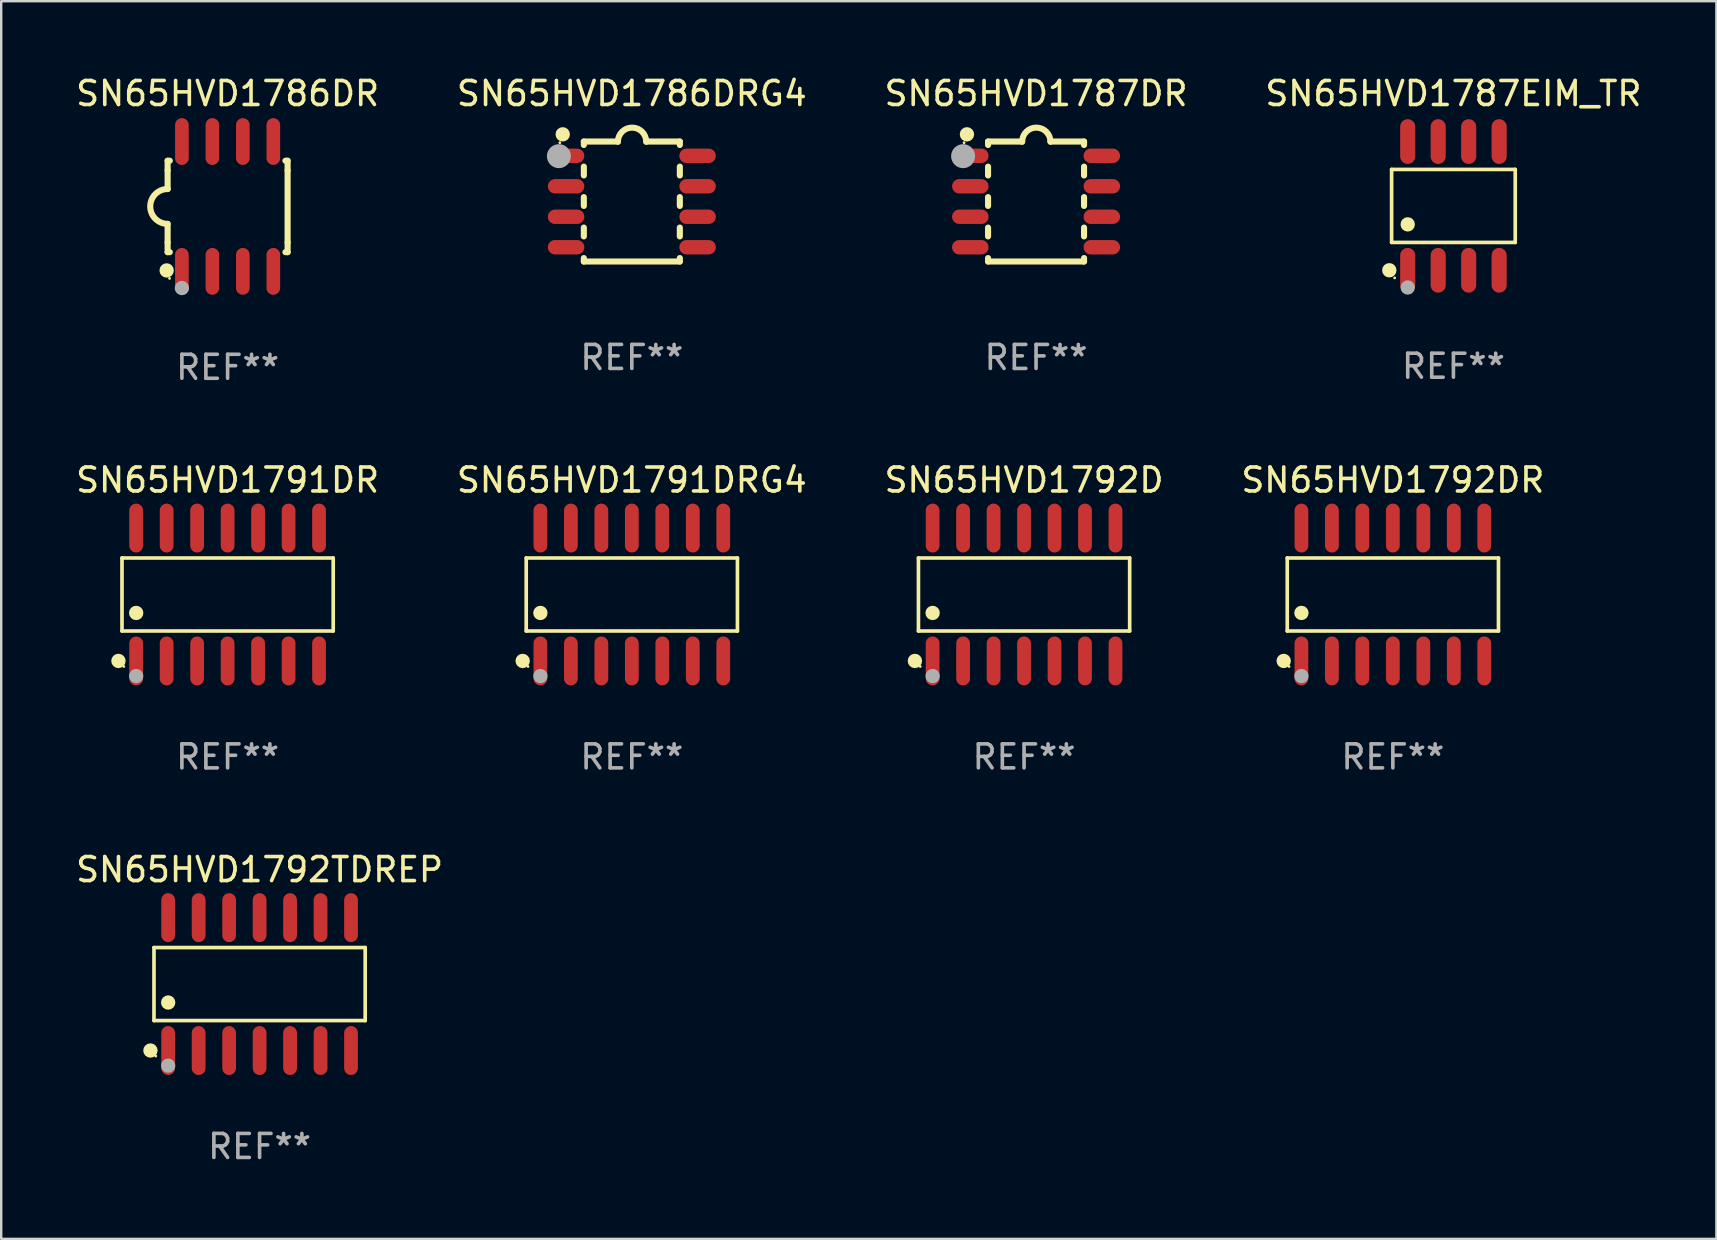
<source format=kicad_pcb>
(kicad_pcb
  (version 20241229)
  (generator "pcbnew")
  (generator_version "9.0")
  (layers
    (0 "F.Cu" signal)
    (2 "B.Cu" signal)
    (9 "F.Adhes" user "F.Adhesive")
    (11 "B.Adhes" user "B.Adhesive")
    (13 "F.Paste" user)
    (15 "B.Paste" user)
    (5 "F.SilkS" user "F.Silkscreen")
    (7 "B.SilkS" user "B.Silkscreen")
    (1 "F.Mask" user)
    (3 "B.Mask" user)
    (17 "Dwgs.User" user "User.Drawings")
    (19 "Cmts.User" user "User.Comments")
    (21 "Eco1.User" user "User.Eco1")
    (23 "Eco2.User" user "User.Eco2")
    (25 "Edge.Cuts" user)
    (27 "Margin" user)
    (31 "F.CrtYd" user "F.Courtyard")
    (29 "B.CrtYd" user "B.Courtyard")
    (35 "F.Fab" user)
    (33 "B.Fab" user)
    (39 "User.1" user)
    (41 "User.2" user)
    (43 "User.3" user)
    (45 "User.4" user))
  (footprint "SN65HVD1787EIM_TR"
    (layer "F.Cu")
    (at 57.518 5.531)
    (property "Reference" "SN65HVD1787EIM_TR" (at 0 -4.682 0) (layer "F.SilkS") (effects (font (size 1 1) (thickness 0.15))))
    (attr through_hole)
    (fp_line (start -2.576 -1.521) (end 2.576 -1.521) (stroke (width 0.152) (type solid)) (layer "F.SilkS"))
    (fp_line (start -2.576 1.521) (end -2.576 -1.521) (stroke (width 0.152) (type solid)) (layer "F.SilkS"))
    (fp_line (start 2.576 -1.521) (end 2.576 1.521) (stroke (width 0.152) (type solid)) (layer "F.SilkS"))
    (fp_line (start 2.576 1.521) (end -2.576 1.521) (stroke (width 0.152) (type solid)) (layer "F.SilkS"))
    (fp_circle (center -2.672 2.682) (end -2.522 2.682) (stroke (width 0.3) (type solid)) (fill no) (layer "F.SilkS"))
    (fp_circle (center -2.45 3) (end -2.42 3) (stroke (width 0.06) (type solid)) (fill no) (layer "F.SilkS"))
    (fp_circle (center -1.905 0.769) (end -1.755 0.769) (stroke (width 0.3) (type solid)) (fill no) (layer "F.SilkS"))
    (fp_circle (center -1.905 3.4) (end -1.755 3.4) (stroke (width 0.3) (type solid)) (fill no) (layer "F.Fab"))
    (fp_text user "REF**" (at 0 6.682 0) (layer "F.Fab") (effects (font (size 1 1) (thickness 0.15))))
    (pad "1" smd oval (at -1.905 2.682) (size 0.63 1.865) (layers "F.Cu" "F.Mask" "F.Paste"))
    (pad "2" smd oval (at -0.635 2.682) (size 0.63 1.865) (layers "F.Cu" "F.Mask" "F.Paste"))
    (pad "3" smd oval (at 0.635 2.682) (size 0.63 1.865) (layers "F.Cu" "F.Mask" "F.Paste"))
    (pad "4" smd oval (at 1.905 2.682) (size 0.63 1.865) (layers "F.Cu" "F.Mask" "F.Paste"))
    (pad "5" smd oval (at 1.905 -2.682) (size 0.63 1.865) (layers "F.Cu" "F.Mask" "F.Paste"))
    (pad "6" smd oval (at 0.635 -2.682) (size 0.63 1.865) (layers "F.Cu" "F.Mask" "F.Paste"))
    (pad "7" smd oval (at -0.635 -2.682) (size 0.63 1.865) (layers "F.Cu" "F.Mask" "F.Paste"))
    (pad "8" smd oval (at -1.905 -2.682) (size 0.63 1.865) (layers "F.Cu" "F.Mask" "F.Paste")))
  (footprint "SN65HVD1786DR"
    (layer "F.Cu")
    (at 6.435 5.553)
    (property "Reference" "SN65HVD1786DR" (at 0 -4.705 0) (layer "F.SilkS") (effects (font (size 1 1) (thickness 0.15))))
    (attr through_hole)
    (fp_line (start -2.5 -1.905) (end -2.409 -1.905) (stroke (width 0.254) (type solid)) (layer "F.SilkS"))
    (fp_line (start -2.5 -1.5) (end -2.5 -1.905) (stroke (width 0.254) (type solid)) (layer "F.SilkS"))
    (fp_line (start -2.5 -1.5) (end -2.5 -0.726) (stroke (width 0.254) (type solid)) (layer "F.SilkS"))
    (fp_line (start -2.5 1.5) (end -2.5 0.727) (stroke (width 0.254) (type solid)) (layer "F.SilkS"))
    (fp_line (start -2.5 1.5) (end -2.5 1.905) (stroke (width 0.254) (type solid)) (layer "F.SilkS"))
    (fp_line (start -2.5 1.905) (end -2.409 1.905) (stroke (width 0.254) (type solid)) (layer "F.SilkS"))
    (fp_line (start 2.5 -1.905) (end 2.409 -1.905) (stroke (width 0.254) (type solid)) (layer "F.SilkS"))
    (fp_line (start 2.5 -1.5) (end 2.5 -1.905) (stroke (width 0.254) (type solid)) (layer "F.SilkS"))
    (fp_line (start 2.5 -1.5) (end 2.5 1.5) (stroke (width 0.254) (type solid)) (layer "F.SilkS"))
    (fp_line (start 2.5 1.5) (end 2.5 1.905) (stroke (width 0.254) (type solid)) (layer "F.SilkS"))
    (fp_line (start 2.5 1.905) (end 2.409 1.905) (stroke (width 0.254) (type solid)) (layer "F.SilkS"))
    (fp_arc (start -2.5 0.726568) (mid -3.220316 -0.0023) (end -2.495097 -0.726289) (stroke (width 0.254001) (type solid)) (layer "F.SilkS"))
    (fp_circle (center -2.54 2.667) (end -2.39 2.667) (stroke (width 0.3) (type solid)) (fill no) (layer "F.SilkS"))
    (fp_circle (center -2.42 3) (end -2.39 3) (stroke (width 0.06) (type solid)) (fill no) (layer "F.SilkS"))
    (fp_circle (center -1.905 3.4) (end -1.755 3.4) (stroke (width 0.3) (type solid)) (fill no) (layer "F.Fab"))
    (fp_text user "REF**" (at 0 6.705 0) (layer "F.Fab") (effects (font (size 1 1) (thickness 0.15))))
    (pad "1" smd oval (at -1.905 2.705) (size 0.568 1.95) (layers "F.Cu" "F.Mask" "F.Paste"))
    (pad "2" smd oval (at -0.635 2.705) (size 0.568 1.95) (layers "F.Cu" "F.Mask" "F.Paste"))
    (pad "3" smd oval (at 0.635 2.705) (size 0.568 1.95) (layers "F.Cu" "F.Mask" "F.Paste"))
    (pad "4" smd oval (at 1.905 2.705) (size 0.568 1.95) (layers "F.Cu" "F.Mask" "F.Paste"))
    (pad "5" smd oval (at 1.905 -2.705) (size 0.568 1.95) (layers "F.Cu" "F.Mask" "F.Paste"))
    (pad "6" smd oval (at 0.635 -2.705) (size 0.568 1.95) (layers "F.Cu" "F.Mask" "F.Paste"))
    (pad "7" smd oval (at -0.635 -2.705) (size 0.568 1.95) (layers "F.Cu" "F.Mask" "F.Paste"))
    (pad "8" smd oval (at -1.905 -2.705) (size 0.568 1.95) (layers "F.Cu" "F.Mask" "F.Paste")))
  (footprint "SN65HVD1791DR"
    (layer "F.Cu")
    (at 6.435 21.724)
    (property "Reference" "SN65HVD1791DR" (at 0 -4.769 0) (layer "F.SilkS") (effects (font (size 1 1) (thickness 0.15))))
    (attr through_hole)
    (fp_line (start -4.401 -1.521) (end 4.401 -1.521) (stroke (width 0.152) (type solid)) (layer "F.SilkS"))
    (fp_line (start -4.401 1.521) (end -4.401 -1.521) (stroke (width 0.152) (type solid)) (layer "F.SilkS"))
    (fp_line (start 4.401 -1.521) (end 4.401 1.521) (stroke (width 0.152) (type solid)) (layer "F.SilkS"))
    (fp_line (start 4.401 1.521) (end -4.401 1.521) (stroke (width 0.152) (type solid)) (layer "F.SilkS"))
    (fp_circle (center -4.549 2.769) (end -4.399 2.769) (stroke (width 0.3) (type solid)) (fill no) (layer "F.SilkS"))
    (fp_circle (center -4.325 3) (end -4.295 3) (stroke (width 0.06) (type solid)) (fill no) (layer "F.SilkS"))
    (fp_circle (center -3.81 0.769) (end -3.66 0.769) (stroke (width 0.3) (type solid)) (fill no) (layer "F.SilkS"))
    (fp_circle (center -3.81 3.4) (end -3.66 3.4) (stroke (width 0.3) (type solid)) (fill no) (layer "F.Fab"))
    (fp_text user "REF**" (at 0 6.769 0) (layer "F.Fab") (effects (font (size 1 1) (thickness 0.15))))
    (pad "1" smd oval (at -3.81 2.769) (size 0.574 2.038) (layers "F.Cu" "F.Mask" "F.Paste"))
    (pad "2" smd oval (at -2.54 2.769) (size 0.574 2.038) (layers "F.Cu" "F.Mask" "F.Paste"))
    (pad "3" smd oval (at -1.27 2.769) (size 0.574 2.038) (layers "F.Cu" "F.Mask" "F.Paste"))
    (pad "4" smd oval (at 0 2.769) (size 0.574 2.038) (layers "F.Cu" "F.Mask" "F.Paste"))
    (pad "5" smd oval (at 1.27 2.769) (size 0.574 2.038) (layers "F.Cu" "F.Mask" "F.Paste"))
    (pad "6" smd oval (at 2.54 2.769) (size 0.574 2.038) (layers "F.Cu" "F.Mask" "F.Paste"))
    (pad "7" smd oval (at 3.81 2.769) (size 0.574 2.038) (layers "F.Cu" "F.Mask" "F.Paste"))
    (pad "8" smd oval (at 3.81 -2.769) (size 0.574 2.038) (layers "F.Cu" "F.Mask" "F.Paste"))
    (pad "9" smd oval (at 2.54 -2.769) (size 0.574 2.038) (layers "F.Cu" "F.Mask" "F.Paste"))
    (pad "10" smd oval (at 1.27 -2.769) (size 0.574 2.038) (layers "F.Cu" "F.Mask" "F.Paste"))
    (pad "11" smd oval (at 0 -2.769) (size 0.574 2.038) (layers "F.Cu" "F.Mask" "F.Paste"))
    (pad "12" smd oval (at -1.27 -2.769) (size 0.574 2.038) (layers "F.Cu" "F.Mask" "F.Paste"))
    (pad "13" smd oval (at -2.54 -2.769) (size 0.574 2.038) (layers "F.Cu" "F.Mask" "F.Paste"))
    (pad "14" smd oval (at -3.81 -2.769) (size 0.574 2.038) (layers "F.Cu" "F.Mask" "F.Paste")))
  (footprint "SN65HVD1792D"
    (layer "F.Cu")
    (at 39.625 21.724)
    (property "Reference" "SN65HVD1792D" (at 0 -4.769 0) (layer "F.SilkS") (effects (font (size 1 1) (thickness 0.15))))
    (attr through_hole)
    (fp_line (start -4.401 -1.521) (end 4.401 -1.521) (stroke (width 0.152) (type solid)) (layer "F.SilkS"))
    (fp_line (start -4.401 1.521) (end -4.401 -1.521) (stroke (width 0.152) (type solid)) (layer "F.SilkS"))
    (fp_line (start 4.401 -1.521) (end 4.401 1.521) (stroke (width 0.152) (type solid)) (layer "F.SilkS"))
    (fp_line (start 4.401 1.521) (end -4.401 1.521) (stroke (width 0.152) (type solid)) (layer "F.SilkS"))
    (fp_circle (center -4.549 2.769) (end -4.399 2.769) (stroke (width 0.3) (type solid)) (fill no) (layer "F.SilkS"))
    (fp_circle (center -4.325 3) (end -4.295 3) (stroke (width 0.06) (type solid)) (fill no) (layer "F.SilkS"))
    (fp_circle (center -3.81 0.769) (end -3.66 0.769) (stroke (width 0.3) (type solid)) (fill no) (layer "F.SilkS"))
    (fp_circle (center -3.81 3.4) (end -3.66 3.4) (stroke (width 0.3) (type solid)) (fill no) (layer "F.Fab"))
    (fp_text user "REF**" (at 0 6.769 0) (layer "F.Fab") (effects (font (size 1 1) (thickness 0.15))))
    (pad "1" smd oval (at -3.81 2.769) (size 0.574 2.038) (layers "F.Cu" "F.Mask" "F.Paste"))
    (pad "2" smd oval (at -2.54 2.769) (size 0.574 2.038) (layers "F.Cu" "F.Mask" "F.Paste"))
    (pad "3" smd oval (at -1.27 2.769) (size 0.574 2.038) (layers "F.Cu" "F.Mask" "F.Paste"))
    (pad "4" smd oval (at 0 2.769) (size 0.574 2.038) (layers "F.Cu" "F.Mask" "F.Paste"))
    (pad "5" smd oval (at 1.27 2.769) (size 0.574 2.038) (layers "F.Cu" "F.Mask" "F.Paste"))
    (pad "6" smd oval (at 2.54 2.769) (size 0.574 2.038) (layers "F.Cu" "F.Mask" "F.Paste"))
    (pad "7" smd oval (at 3.81 2.769) (size 0.574 2.038) (layers "F.Cu" "F.Mask" "F.Paste"))
    (pad "8" smd oval (at 3.81 -2.769) (size 0.574 2.038) (layers "F.Cu" "F.Mask" "F.Paste"))
    (pad "9" smd oval (at 2.54 -2.769) (size 0.574 2.038) (layers "F.Cu" "F.Mask" "F.Paste"))
    (pad "10" smd oval (at 1.27 -2.769) (size 0.574 2.038) (layers "F.Cu" "F.Mask" "F.Paste"))
    (pad "11" smd oval (at 0 -2.769) (size 0.574 2.038) (layers "F.Cu" "F.Mask" "F.Paste"))
    (pad "12" smd oval (at -1.27 -2.769) (size 0.574 2.038) (layers "F.Cu" "F.Mask" "F.Paste"))
    (pad "13" smd oval (at -2.54 -2.769) (size 0.574 2.038) (layers "F.Cu" "F.Mask" "F.Paste"))
    (pad "14" smd oval (at -3.81 -2.769) (size 0.574 2.038) (layers "F.Cu" "F.Mask" "F.Paste")))
  (footprint "SN65HVD1792DR"
    (layer "F.Cu")
    (at 54.994 21.724)
    (property "Reference" "SN65HVD1792DR" (at 0 -4.769 0) (layer "F.SilkS") (effects (font (size 1 1) (thickness 0.15))))
    (attr through_hole)
    (fp_line (start -4.401 -1.521) (end 4.401 -1.521) (stroke (width 0.152) (type solid)) (layer "F.SilkS"))
    (fp_line (start -4.401 1.521) (end -4.401 -1.521) (stroke (width 0.152) (type solid)) (layer "F.SilkS"))
    (fp_line (start 4.401 -1.521) (end 4.401 1.521) (stroke (width 0.152) (type solid)) (layer "F.SilkS"))
    (fp_line (start 4.401 1.521) (end -4.401 1.521) (stroke (width 0.152) (type solid)) (layer "F.SilkS"))
    (fp_circle (center -4.549 2.769) (end -4.399 2.769) (stroke (width 0.3) (type solid)) (fill no) (layer "F.SilkS"))
    (fp_circle (center -4.325 3) (end -4.295 3) (stroke (width 0.06) (type solid)) (fill no) (layer "F.SilkS"))
    (fp_circle (center -3.81 0.769) (end -3.66 0.769) (stroke (width 0.3) (type solid)) (fill no) (layer "F.SilkS"))
    (fp_circle (center -3.81 3.4) (end -3.66 3.4) (stroke (width 0.3) (type solid)) (fill no) (layer "F.Fab"))
    (fp_text user "REF**" (at 0 6.769 0) (layer "F.Fab") (effects (font (size 1 1) (thickness 0.15))))
    (pad "1" smd oval (at -3.81 2.769) (size 0.574 2.038) (layers "F.Cu" "F.Mask" "F.Paste"))
    (pad "2" smd oval (at -2.54 2.769) (size 0.574 2.038) (layers "F.Cu" "F.Mask" "F.Paste"))
    (pad "3" smd oval (at -1.27 2.769) (size 0.574 2.038) (layers "F.Cu" "F.Mask" "F.Paste"))
    (pad "4" smd oval (at 0 2.769) (size 0.574 2.038) (layers "F.Cu" "F.Mask" "F.Paste"))
    (pad "5" smd oval (at 1.27 2.769) (size 0.574 2.038) (layers "F.Cu" "F.Mask" "F.Paste"))
    (pad "6" smd oval (at 2.54 2.769) (size 0.574 2.038) (layers "F.Cu" "F.Mask" "F.Paste"))
    (pad "7" smd oval (at 3.81 2.769) (size 0.574 2.038) (layers "F.Cu" "F.Mask" "F.Paste"))
    (pad "8" smd oval (at 3.81 -2.769) (size 0.574 2.038) (layers "F.Cu" "F.Mask" "F.Paste"))
    (pad "9" smd oval (at 2.54 -2.769) (size 0.574 2.038) (layers "F.Cu" "F.Mask" "F.Paste"))
    (pad "10" smd oval (at 1.27 -2.769) (size 0.574 2.038) (layers "F.Cu" "F.Mask" "F.Paste"))
    (pad "11" smd oval (at 0 -2.769) (size 0.574 2.038) (layers "F.Cu" "F.Mask" "F.Paste"))
    (pad "12" smd oval (at -1.27 -2.769) (size 0.574 2.038) (layers "F.Cu" "F.Mask" "F.Paste"))
    (pad "13" smd oval (at -2.54 -2.769) (size 0.574 2.038) (layers "F.Cu" "F.Mask" "F.Paste"))
    (pad "14" smd oval (at -3.81 -2.769) (size 0.574 2.038) (layers "F.Cu" "F.Mask" "F.Paste")))
  (footprint "SN65HVD1786DRG4"
    (layer "F.Cu")
    (at 23.28 5.348)
    (property "Reference" "SN65HVD1786DRG4" (at 0 -4.5 0) (layer "F.SilkS") (effects (font (size 1 1) (thickness 0.15))))
    (attr through_hole)
    (fp_line (start -2 -2.5) (end -2 -2.356) (stroke (width 0.254) (type solid)) (layer "F.SilkS"))
    (fp_line (start -2 -1.454) (end -2 -1.086) (stroke (width 0.254) (type solid)) (layer "F.SilkS"))
    (fp_line (start -2 -0.184) (end -2 0.184) (stroke (width 0.254) (type solid)) (layer "F.SilkS"))
    (fp_line (start -2 1.086) (end -2 1.454) (stroke (width 0.254) (type solid)) (layer "F.SilkS"))
    (fp_line (start -2 2.356) (end -2 2.5) (stroke (width 0.254) (type solid)) (layer "F.SilkS"))
    (fp_line (start -0.58 -2.5) (end -2 -2.5) (stroke (width 0.254) (type solid)) (layer "F.SilkS"))
    (fp_line (start 2 -2.5) (end 0.6 -2.5) (stroke (width 0.254) (type solid)) (layer "F.SilkS"))
    (fp_line (start 2 -2.5) (end 2 -2.356) (stroke (width 0.254) (type solid)) (layer "F.SilkS"))
    (fp_line (start 2 -1.454) (end 2 -1.086) (stroke (width 0.254) (type solid)) (layer "F.SilkS"))
    (fp_line (start 2 -0.184) (end 2 0.184) (stroke (width 0.254) (type solid)) (layer "F.SilkS"))
    (fp_line (start 2 1.086) (end 2 1.454) (stroke (width 0.254) (type solid)) (layer "F.SilkS"))
    (fp_line (start 2 2.356) (end 2 2.5) (stroke (width 0.254) (type solid)) (layer "F.SilkS"))
    (fp_line (start 2 2.5) (end -2 2.5) (stroke (width 0.254) (type solid)) (layer "F.SilkS"))
    (fp_arc (start -0.579908 -2.489992) (mid 0.010097 -3.07831) (end 0.600102 -2.489992) (stroke (width 0.254001) (type solid)) (layer "F.SilkS"))
    (fp_circle (center -3 -2.45) (end -2.97 -2.45) (stroke (width 0.06) (type solid)) (fill no) (layer "F.SilkS"))
    (fp_circle (center -2.88 -2.8) (end -2.73 -2.8) (stroke (width 0.3) (type solid)) (fill no) (layer "F.SilkS"))
    (fp_circle (center -3.04 -1.89) (end -2.79 -1.89) (stroke (width 0.5) (type solid)) (fill no) (layer "F.Fab"))
    (fp_text user "REF**" (at 0 6.5 0) (layer "F.Fab") (effects (font (size 1 1) (thickness 0.15))))
    (pad "1" smd oval (at -2.74 -1.905 90) (size 0.6 1.52) (layers "F.Cu" "F.Mask" "F.Paste"))
    (pad "2" smd oval (at -2.74 -0.635 90) (size 0.6 1.52) (layers "F.Cu" "F.Mask" "F.Paste"))
    (pad "3" smd oval (at -2.74 0.635 90) (size 0.6 1.52) (layers "F.Cu" "F.Mask" "F.Paste"))
    (pad "4" smd oval (at -2.74 1.905 90) (size 0.6 1.52) (layers "F.Cu" "F.Mask" "F.Paste"))
    (pad "5" smd oval (at 2.74 1.905 90) (size 0.6 1.52) (layers "F.Cu" "F.Mask" "F.Paste"))
    (pad "6" smd oval (at 2.74 0.635 90) (size 0.6 1.52) (layers "F.Cu" "F.Mask" "F.Paste"))
    (pad "7" smd oval (at 2.74 -0.635 90) (size 0.6 1.52) (layers "F.Cu" "F.Mask" "F.Paste"))
    (pad "8" smd oval (at 2.74 -1.905 90) (size 0.6 1.52) (layers "F.Cu" "F.Mask" "F.Paste")))
  (footprint "SN65HVD1791DRG4"
    (layer "F.Cu")
    (at 23.28 21.724)
    (property "Reference" "SN65HVD1791DRG4" (at 0 -4.769 0) (layer "F.SilkS") (effects (font (size 1 1) (thickness 0.15))))
    (attr through_hole)
    (fp_line (start -4.401 -1.521) (end 4.401 -1.521) (stroke (width 0.152) (type solid)) (layer "F.SilkS"))
    (fp_line (start -4.401 1.521) (end -4.401 -1.521) (stroke (width 0.152) (type solid)) (layer "F.SilkS"))
    (fp_line (start 4.401 -1.521) (end 4.401 1.521) (stroke (width 0.152) (type solid)) (layer "F.SilkS"))
    (fp_line (start 4.401 1.521) (end -4.401 1.521) (stroke (width 0.152) (type solid)) (layer "F.SilkS"))
    (fp_circle (center -4.549 2.769) (end -4.399 2.769) (stroke (width 0.3) (type solid)) (fill no) (layer "F.SilkS"))
    (fp_circle (center -4.325 3) (end -4.295 3) (stroke (width 0.06) (type solid)) (fill no) (layer "F.SilkS"))
    (fp_circle (center -3.81 0.769) (end -3.66 0.769) (stroke (width 0.3) (type solid)) (fill no) (layer "F.SilkS"))
    (fp_circle (center -3.81 3.4) (end -3.66 3.4) (stroke (width 0.3) (type solid)) (fill no) (layer "F.Fab"))
    (fp_text user "REF**" (at 0 6.769 0) (layer "F.Fab") (effects (font (size 1 1) (thickness 0.15))))
    (pad "1" smd oval (at -3.81 2.769) (size 0.574 2.038) (layers "F.Cu" "F.Mask" "F.Paste"))
    (pad "2" smd oval (at -2.54 2.769) (size 0.574 2.038) (layers "F.Cu" "F.Mask" "F.Paste"))
    (pad "3" smd oval (at -1.27 2.769) (size 0.574 2.038) (layers "F.Cu" "F.Mask" "F.Paste"))
    (pad "4" smd oval (at 0 2.769) (size 0.574 2.038) (layers "F.Cu" "F.Mask" "F.Paste"))
    (pad "5" smd oval (at 1.27 2.769) (size 0.574 2.038) (layers "F.Cu" "F.Mask" "F.Paste"))
    (pad "6" smd oval (at 2.54 2.769) (size 0.574 2.038) (layers "F.Cu" "F.Mask" "F.Paste"))
    (pad "7" smd oval (at 3.81 2.769) (size 0.574 2.038) (layers "F.Cu" "F.Mask" "F.Paste"))
    (pad "8" smd oval (at 3.81 -2.769) (size 0.574 2.038) (layers "F.Cu" "F.Mask" "F.Paste"))
    (pad "9" smd oval (at 2.54 -2.769) (size 0.574 2.038) (layers "F.Cu" "F.Mask" "F.Paste"))
    (pad "10" smd oval (at 1.27 -2.769) (size 0.574 2.038) (layers "F.Cu" "F.Mask" "F.Paste"))
    (pad "11" smd oval (at 0 -2.769) (size 0.574 2.038) (layers "F.Cu" "F.Mask" "F.Paste"))
    (pad "12" smd oval (at -1.27 -2.769) (size 0.574 2.038) (layers "F.Cu" "F.Mask" "F.Paste"))
    (pad "13" smd oval (at -2.54 -2.769) (size 0.574 2.038) (layers "F.Cu" "F.Mask" "F.Paste"))
    (pad "14" smd oval (at -3.81 -2.769) (size 0.574 2.038) (layers "F.Cu" "F.Mask" "F.Paste")))
  (footprint "SN65HVD1787DR"
    (layer "F.Cu")
    (at 40.125 5.348)
    (property "Reference" "SN65HVD1787DR" (at 0 -4.5 0) (layer "F.SilkS") (effects (font (size 1 1) (thickness 0.15))))
    (attr through_hole)
    (fp_line (start -2 -2.5) (end -2 -2.356) (stroke (width 0.254) (type solid)) (layer "F.SilkS"))
    (fp_line (start -2 -1.454) (end -2 -1.086) (stroke (width 0.254) (type solid)) (layer "F.SilkS"))
    (fp_line (start -2 -0.184) (end -2 0.184) (stroke (width 0.254) (type solid)) (layer "F.SilkS"))
    (fp_line (start -2 1.086) (end -2 1.454) (stroke (width 0.254) (type solid)) (layer "F.SilkS"))
    (fp_line (start -2 2.356) (end -2 2.5) (stroke (width 0.254) (type solid)) (layer "F.SilkS"))
    (fp_line (start -0.58 -2.5) (end -2 -2.5) (stroke (width 0.254) (type solid)) (layer "F.SilkS"))
    (fp_line (start 2 -2.5) (end 0.6 -2.5) (stroke (width 0.254) (type solid)) (layer "F.SilkS"))
    (fp_line (start 2 -2.5) (end 2 -2.356) (stroke (width 0.254) (type solid)) (layer "F.SilkS"))
    (fp_line (start 2 -1.454) (end 2 -1.086) (stroke (width 0.254) (type solid)) (layer "F.SilkS"))
    (fp_line (start 2 -0.184) (end 2 0.184) (stroke (width 0.254) (type solid)) (layer "F.SilkS"))
    (fp_line (start 2 1.086) (end 2 1.454) (stroke (width 0.254) (type solid)) (layer "F.SilkS"))
    (fp_line (start 2 2.356) (end 2 2.5) (stroke (width 0.254) (type solid)) (layer "F.SilkS"))
    (fp_line (start 2 2.5) (end -2 2.5) (stroke (width 0.254) (type solid)) (layer "F.SilkS"))
    (fp_arc (start -0.579908 -2.489992) (mid 0.010097 -3.07831) (end 0.600102 -2.489992) (stroke (width 0.254001) (type solid)) (layer "F.SilkS"))
    (fp_circle (center -3 -2.45) (end -2.97 -2.45) (stroke (width 0.06) (type solid)) (fill no) (layer "F.SilkS"))
    (fp_circle (center -2.88 -2.8) (end -2.73 -2.8) (stroke (width 0.3) (type solid)) (fill no) (layer "F.SilkS"))
    (fp_circle (center -3.04 -1.89) (end -2.79 -1.89) (stroke (width 0.5) (type solid)) (fill no) (layer "F.Fab"))
    (fp_text user "REF**" (at 0 6.5 0) (layer "F.Fab") (effects (font (size 1 1) (thickness 0.15))))
    (pad "1" smd oval (at -2.74 -1.905 90) (size 0.6 1.52) (layers "F.Cu" "F.Mask" "F.Paste"))
    (pad "2" smd oval (at -2.74 -0.635 90) (size 0.6 1.52) (layers "F.Cu" "F.Mask" "F.Paste"))
    (pad "3" smd oval (at -2.74 0.635 90) (size 0.6 1.52) (layers "F.Cu" "F.Mask" "F.Paste"))
    (pad "4" smd oval (at -2.74 1.905 90) (size 0.6 1.52) (layers "F.Cu" "F.Mask" "F.Paste"))
    (pad "5" smd oval (at 2.74 1.905 90) (size 0.6 1.52) (layers "F.Cu" "F.Mask" "F.Paste"))
    (pad "6" smd oval (at 2.74 0.635 90) (size 0.6 1.52) (layers "F.Cu" "F.Mask" "F.Paste"))
    (pad "7" smd oval (at 2.74 -0.635 90) (size 0.6 1.52) (layers "F.Cu" "F.Mask" "F.Paste"))
    (pad "8" smd oval (at 2.74 -1.905 90) (size 0.6 1.52) (layers "F.Cu" "F.Mask" "F.Paste")))
  (footprint "SN65HVD1792TDREP"
    (layer "F.Cu")
    (at 7.768 37.959)
    (property "Reference" "SN65HVD1792TDREP" (at 0 -4.769 0) (layer "F.SilkS") (effects (font (size 1 1) (thickness 0.15))))
    (attr through_hole)
    (fp_line (start -4.401 -1.521) (end 4.401 -1.521) (stroke (width 0.152) (type solid)) (layer "F.SilkS"))
    (fp_line (start -4.401 1.521) (end -4.401 -1.521) (stroke (width 0.152) (type solid)) (layer "F.SilkS"))
    (fp_line (start 4.401 -1.521) (end 4.401 1.521) (stroke (width 0.152) (type solid)) (layer "F.SilkS"))
    (fp_line (start 4.401 1.521) (end -4.401 1.521) (stroke (width 0.152) (type solid)) (layer "F.SilkS"))
    (fp_circle (center -4.549 2.769) (end -4.399 2.769) (stroke (width 0.3) (type solid)) (fill no) (layer "F.SilkS"))
    (fp_circle (center -4.325 3) (end -4.295 3) (stroke (width 0.06) (type solid)) (fill no) (layer "F.SilkS"))
    (fp_circle (center -3.81 0.769) (end -3.66 0.769) (stroke (width 0.3) (type solid)) (fill no) (layer "F.SilkS"))
    (fp_circle (center -3.81 3.4) (end -3.66 3.4) (stroke (width 0.3) (type solid)) (fill no) (layer "F.Fab"))
    (fp_text user "REF**" (at 0 6.769 0) (layer "F.Fab") (effects (font (size 1 1) (thickness 0.15))))
    (pad "1" smd oval (at -3.81 2.769) (size 0.574 2.038) (layers "F.Cu" "F.Mask" "F.Paste"))
    (pad "2" smd oval (at -2.54 2.769) (size 0.574 2.038) (layers "F.Cu" "F.Mask" "F.Paste"))
    (pad "3" smd oval (at -1.27 2.769) (size 0.574 2.038) (layers "F.Cu" "F.Mask" "F.Paste"))
    (pad "4" smd oval (at 0 2.769) (size 0.574 2.038) (layers "F.Cu" "F.Mask" "F.Paste"))
    (pad "5" smd oval (at 1.27 2.769) (size 0.574 2.038) (layers "F.Cu" "F.Mask" "F.Paste"))
    (pad "6" smd oval (at 2.54 2.769) (size 0.574 2.038) (layers "F.Cu" "F.Mask" "F.Paste"))
    (pad "7" smd oval (at 3.81 2.769) (size 0.574 2.038) (layers "F.Cu" "F.Mask" "F.Paste"))
    (pad "8" smd oval (at 3.81 -2.769) (size 0.574 2.038) (layers "F.Cu" "F.Mask" "F.Paste"))
    (pad "9" smd oval (at 2.54 -2.769) (size 0.574 2.038) (layers "F.Cu" "F.Mask" "F.Paste"))
    (pad "10" smd oval (at 1.27 -2.769) (size 0.574 2.038) (layers "F.Cu" "F.Mask" "F.Paste"))
    (pad "11" smd oval (at 0 -2.769) (size 0.574 2.038) (layers "F.Cu" "F.Mask" "F.Paste"))
    (pad "12" smd oval (at -1.27 -2.769) (size 0.574 2.038) (layers "F.Cu" "F.Mask" "F.Paste"))
    (pad "13" smd oval (at -2.54 -2.769) (size 0.574 2.038) (layers "F.Cu" "F.Mask" "F.Paste"))
    (pad "14" smd oval (at -3.81 -2.769) (size 0.574 2.038) (layers "F.Cu" "F.Mask" "F.Paste")))
  (gr_rect
    (start -3 -3)
    (end 68.476 48.576)
    (stroke (width 0.1) (type default))
    (fill no)
    (layer "Edge.Cuts")))
</source>
